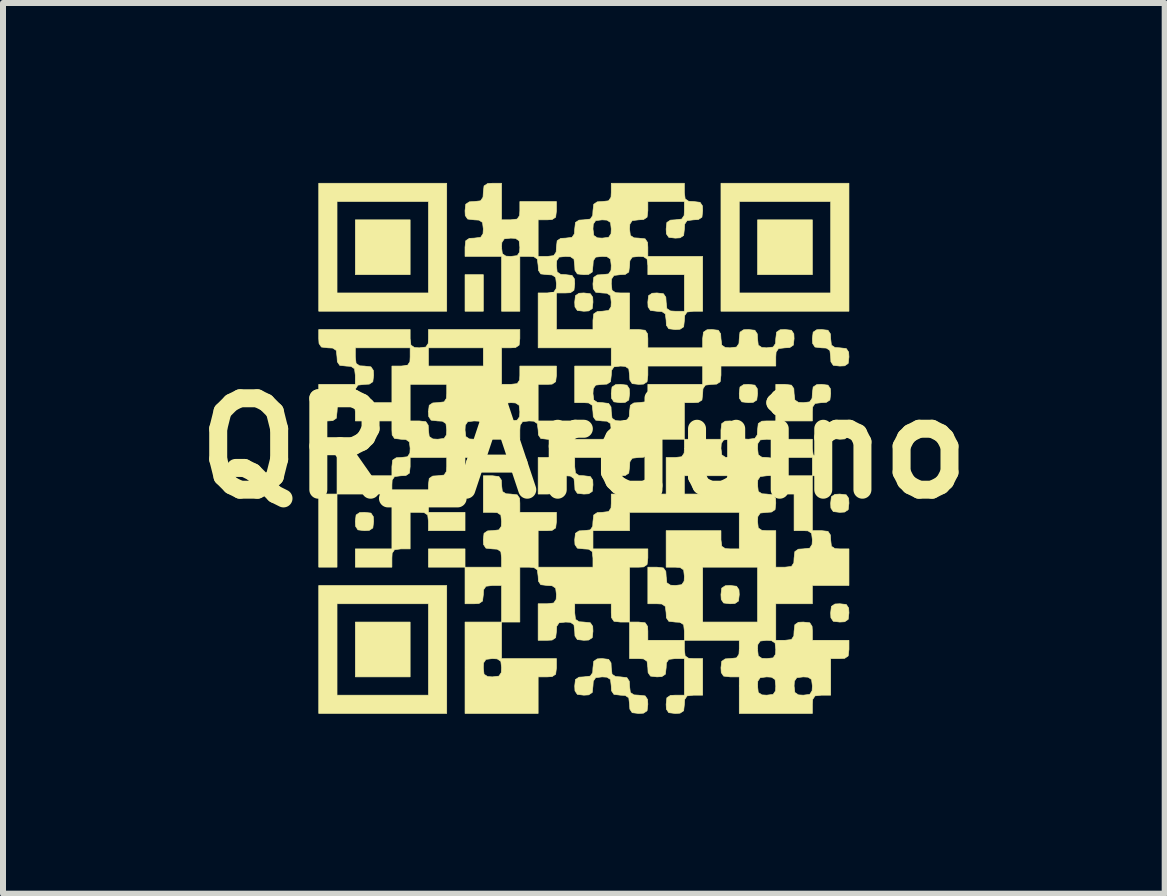
<source format=kicad_pcb>
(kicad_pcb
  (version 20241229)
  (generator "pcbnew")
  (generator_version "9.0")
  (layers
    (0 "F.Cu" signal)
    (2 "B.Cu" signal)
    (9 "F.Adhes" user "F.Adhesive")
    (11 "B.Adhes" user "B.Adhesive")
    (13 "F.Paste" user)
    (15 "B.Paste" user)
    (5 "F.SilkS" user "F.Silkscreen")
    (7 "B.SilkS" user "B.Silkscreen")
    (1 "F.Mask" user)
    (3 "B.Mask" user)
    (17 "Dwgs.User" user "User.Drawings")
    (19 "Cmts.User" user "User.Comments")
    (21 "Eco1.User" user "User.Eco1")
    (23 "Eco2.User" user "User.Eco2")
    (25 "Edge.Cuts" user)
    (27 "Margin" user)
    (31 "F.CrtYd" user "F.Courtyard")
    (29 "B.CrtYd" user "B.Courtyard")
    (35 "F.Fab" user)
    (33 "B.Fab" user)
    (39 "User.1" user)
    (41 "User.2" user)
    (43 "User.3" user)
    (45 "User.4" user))
  (footprint "QR_Arduino"
    (layer "F.Cu")
    (at 6.684 4.425)
    (property "Reference" "QR_Arduino" (at 0 0 0) (layer "F.SilkS") (effects (font (size 1.524 1.524) (thickness 0.3))))
    (attr through_hole)
    (fp_poly (pts (xy -4.115 1.981) (xy -4.42 1.981) (xy -4.42 0.762) (xy -4.115 0.762) (xy -4.115 1.981)) (stroke (width 0.01) (type solid)) (fill yes) (layer "F.SilkS"))
    (fp_poly (pts (xy -2.896 -2.896) (xy -3.81 -2.896) (xy -3.81 -3.81) (xy -2.896 -3.81) (xy -2.896 -2.896)) (stroke (width 0.01) (type solid)) (fill yes) (layer "F.SilkS"))
    (fp_poly (pts (xy -2.896 3.81) (xy -3.81 3.81) (xy -3.81 2.896) (xy -2.896 2.896) (xy -2.896 3.81)) (stroke (width 0.01) (type solid)) (fill yes) (layer "F.SilkS"))
    (fp_poly (pts (xy -2.591 1.981) (xy -2.591 1.676) (xy -1.981 1.676) (xy -1.981 1.981) (xy -2.591 1.981)) (stroke (width 0.01) (type solid)) (fill yes) (layer "F.SilkS"))
    (fp_poly (pts (xy -1.676 -2.286) (xy -1.981 -2.286) (xy -1.981 -2.896) (xy -1.676 -2.896) (xy -1.676 -2.286)) (stroke (width 0.01) (type solid)) (fill yes) (layer "F.SilkS"))
    (fp_poly (pts (xy 3.81 -2.896) (xy 2.896 -2.896) (xy 2.896 -3.81) (xy 3.81 -3.81) (xy 3.81 -2.896)) (stroke (width 0.01) (type solid)) (fill yes) (layer "F.SilkS"))
    (fp_poly (pts (xy -2.286 -2.286) (xy -4.42 -2.286) (xy -4.42 -4.115) (xy -4.115 -4.115) (xy -4.115 -2.591) (xy -2.591 -2.591) (xy -2.591 -4.115) (xy -4.115 -4.115) (xy -4.42 -4.115) (xy -4.42 -4.42) (xy -2.286 -4.42) (xy -2.286 -2.286)) (stroke (width 0.01) (type solid)) (fill yes) (layer "F.SilkS"))
    (fp_poly (pts (xy -2.286 4.42) (xy -4.42 4.42) (xy -4.42 2.591) (xy -4.115 2.591) (xy -4.115 4.115) (xy -2.591 4.115) (xy -2.591 2.591) (xy -4.115 2.591) (xy -4.42 2.591) (xy -4.42 2.286) (xy -2.286 2.286) (xy -2.286 4.42)) (stroke (width 0.01) (type solid)) (fill yes) (layer "F.SilkS"))
    (fp_poly (pts (xy 4.42 -2.286) (xy 2.286 -2.286) (xy 2.286 -4.115) (xy 2.591 -4.115) (xy 2.591 -2.591) (xy 4.115 -2.591) (xy 4.115 -4.115) (xy 2.591 -4.115) (xy 2.286 -4.115) (xy 2.286 -4.42) (xy 4.42 -4.42) (xy 4.42 -2.286)) (stroke (width 0.01) (type solid)) (fill yes) (layer "F.SilkS"))
    (fp_poly (pts (xy -3.55 1.079) (xy -3.51 1.139) (xy -3.505 1.219) (xy -3.518 1.327) (xy -3.577 1.367) (xy -3.658 1.372) (xy -3.766 1.359) (xy -3.805 1.3) (xy -3.81 1.219) (xy -3.797 1.111) (xy -3.738 1.071) (xy -3.658 1.067) (xy -3.55 1.079)) (stroke (width 0.01) (type solid)) (fill yes) (layer "F.SilkS"))
    (fp_poly (pts (xy 0.108 -2.578) (xy 0.148 -2.519) (xy 0.152 -2.438) (xy 0.14 -2.33) (xy 0.08 -2.291) (xy 0 -2.286) (xy -0.108 -2.299) (xy -0.148 -2.358) (xy -0.152 -2.438) (xy -0.14 -2.546) (xy -0.08 -2.586) (xy 0 -2.591) (xy 0.108 -2.578)) (stroke (width 0.01) (type solid)) (fill yes) (layer "F.SilkS"))
    (fp_poly (pts (xy 0.718 -1.054) (xy 0.757 -0.995) (xy 0.762 -0.914) (xy 0.749 -0.806) (xy 0.69 -0.767) (xy 0.61 -0.762) (xy 0.502 -0.775) (xy 0.462 -0.834) (xy 0.457 -0.914) (xy 0.47 -1.022) (xy 0.529 -1.062) (xy 0.61 -1.067) (xy 0.718 -1.054)) (stroke (width 0.01) (type solid)) (fill yes) (layer "F.SilkS"))
    (fp_poly (pts (xy 2.546 2.299) (xy 2.586 2.358) (xy 2.591 2.438) (xy 2.578 2.546) (xy 2.519 2.586) (xy 2.438 2.591) (xy 2.33 2.578) (xy 2.291 2.519) (xy 2.286 2.438) (xy 2.299 2.33) (xy 2.358 2.291) (xy 2.438 2.286) (xy 2.546 2.299)) (stroke (width 0.01) (type solid)) (fill yes) (layer "F.SilkS"))
    (fp_poly (pts (xy 2.851 -1.054) (xy 2.891 -0.995) (xy 2.896 -0.914) (xy 2.883 -0.806) (xy 2.824 -0.767) (xy 2.743 -0.762) (xy 2.635 -0.775) (xy 2.595 -0.834) (xy 2.591 -0.914) (xy 2.603 -1.022) (xy 2.663 -1.062) (xy 2.743 -1.067) (xy 2.851 -1.054)) (stroke (width 0.01) (type solid)) (fill yes) (layer "F.SilkS"))
    (fp_poly (pts (xy 4.375 -0.445) (xy 4.415 -0.385) (xy 4.42 -0.305) (xy 4.407 -0.197) (xy 4.348 -0.157) (xy 4.267 -0.152) (xy 4.159 -0.165) (xy 4.119 -0.224) (xy 4.115 -0.305) (xy 4.127 -0.413) (xy 4.187 -0.453) (xy 4.267 -0.457) (xy 4.375 -0.445)) (stroke (width 0.01) (type solid)) (fill yes) (layer "F.SilkS"))
    (fp_poly (pts (xy 4.375 0.775) (xy 4.415 0.834) (xy 4.42 0.914) (xy 4.407 1.022) (xy 4.348 1.062) (xy 4.267 1.067) (xy 4.159 1.054) (xy 4.119 0.995) (xy 4.115 0.914) (xy 4.127 0.806) (xy 4.187 0.767) (xy 4.267 0.762) (xy 4.375 0.775)) (stroke (width 0.01) (type solid)) (fill yes) (layer "F.SilkS"))
    (fp_poly (pts (xy 4.375 2.603) (xy 4.415 2.663) (xy 4.42 2.743) (xy 4.407 2.851) (xy 4.348 2.891) (xy 4.267 2.896) (xy 4.159 2.883) (xy 4.119 2.824) (xy 4.115 2.743) (xy 4.127 2.635) (xy 4.187 2.595) (xy 4.267 2.591) (xy 4.375 2.603)) (stroke (width 0.01) (type solid)) (fill yes) (layer "F.SilkS"))
    (fp_poly (pts (xy 4.07 -1.969) (xy 4.11 -1.909) (xy 4.115 -1.829) (xy 4.127 -1.721) (xy 4.187 -1.681) (xy 4.267 -1.676) (xy 4.375 -1.664) (xy 4.415 -1.604) (xy 4.42 -1.524) (xy 4.407 -1.416) (xy 4.348 -1.376) (xy 4.267 -1.372) (xy 4.159 -1.384) (xy 4.119 -1.444) (xy 4.115 -1.524) (xy 4.102 -1.632) (xy 4.043 -1.672) (xy 3.962 -1.676) (xy 3.854 -1.689) (xy 3.815 -1.748) (xy 3.81 -1.829) (xy 3.823 -1.937) (xy 3.882 -1.977) (xy 3.962 -1.981) (xy 4.07 -1.969)) (stroke (width 0.01) (type solid)) (fill yes) (layer "F.SilkS"))
    (fp_poly (pts (xy 3.2 -1.067) (xy 3.353 -1.067) (xy 3.461 -1.054) (xy 3.501 -0.995) (xy 3.505 -0.914) (xy 3.518 -0.806) (xy 3.577 -0.767) (xy 3.658 -0.762) (xy 3.766 -0.775) (xy 3.805 -0.834) (xy 3.81 -0.914) (xy 3.823 -1.022) (xy 3.882 -1.062) (xy 3.962 -1.067) (xy 4.07 -1.054) (xy 4.11 -0.995) (xy 4.115 -0.914) (xy 4.102 -0.806) (xy 4.043 -0.767) (xy 3.962 -0.762) (xy 3.854 -0.749) (xy 3.815 -0.69) (xy 3.81 -0.61) (xy 3.81 -0.457) (xy 3.2 -0.457) (xy 3.2 -1.067)) (stroke (width 0.01) (type solid)) (fill yes) (layer "F.SilkS"))
    (fp_poly (pts (xy -1.372 3.505) (xy -0.457 3.505) (xy -0.457 3.658) (xy -0.47 3.766) (xy -0.529 3.805) (xy -0.61 3.81) (xy -0.762 3.81) (xy -0.762 4.42) (xy -1.981 4.42) (xy -1.981 3.658) (xy -1.676 3.658) (xy -1.664 3.766) (xy -1.604 3.805) (xy -1.524 3.81) (xy -1.416 3.797) (xy -1.376 3.738) (xy -1.372 3.658) (xy -1.384 3.55) (xy -1.444 3.51) (xy -1.524 3.505) (xy -1.632 3.518) (xy -1.672 3.577) (xy -1.676 3.658) (xy -1.981 3.658) (xy -1.981 2.896) (xy -1.372 2.896) (xy -1.372 3.505)) (stroke (width 0.01) (type solid)) (fill yes) (layer "F.SilkS"))
    (fp_poly (pts (xy 0.413 3.518) (xy 0.453 3.577) (xy 0.457 3.658) (xy 0.47 3.766) (xy 0.529 3.805) (xy 0.61 3.81) (xy 0.718 3.823) (xy 0.757 3.882) (xy 0.762 3.962) (xy 0.775 4.07) (xy 0.834 4.11) (xy 0.914 4.115) (xy 1.022 4.127) (xy 1.062 4.187) (xy 1.067 4.267) (xy 1.054 4.375) (xy 0.995 4.415) (xy 0.914 4.42) (xy 0.806 4.407) (xy 0.767 4.348) (xy 0.762 4.267) (xy 0.749 4.159) (xy 0.69 4.119) (xy 0.61 4.115) (xy 0.502 4.102) (xy 0.462 4.043) (xy 0.457 3.962) (xy 0.445 3.854) (xy 0.385 3.815) (xy 0.305 3.81) (xy 0.197 3.823) (xy 0.157 3.882) (xy 0.152 3.962) (xy 0.14 4.07) (xy 0.08 4.11) (xy 0 4.115) (xy -0.108 4.102) (xy -0.148 4.043) (xy -0.152 3.962) (xy -0.14 3.854) (xy -0.08 3.815) (xy 0 3.81) (xy 0.108 3.797) (xy 0.148 3.738) (xy 0.152 3.658) (xy 0.165 3.55) (xy 0.224 3.51) (xy 0.305 3.505) (xy 0.413 3.518)) (stroke (width 0.01) (type solid)) (fill yes) (layer "F.SilkS"))
    (fp_poly (pts (xy 3.2 -0.152) (xy 3.81 -0.152) (xy 3.81 0) (xy 3.823 0.108) (xy 3.882 0.148) (xy 3.962 0.152) (xy 4.07 0.165) (xy 4.11 0.224) (xy 4.115 0.305) (xy 4.102 0.413) (xy 4.043 0.453) (xy 3.962 0.457) (xy 3.81 0.457) (xy 3.81 1.372) (xy 3.962 1.372) (xy 4.07 1.384) (xy 4.11 1.444) (xy 4.115 1.524) (xy 4.127 1.632) (xy 4.187 1.672) (xy 4.267 1.676) (xy 4.42 1.676) (xy 4.42 2.286) (xy 3.81 2.286) (xy 3.81 2.591) (xy 3.2 2.591) (xy 3.2 3.2) (xy 3.353 3.2) (xy 3.461 3.188) (xy 3.501 3.128) (xy 3.505 3.048) (xy 3.518 2.94) (xy 3.577 2.9) (xy 3.658 2.896) (xy 3.766 2.908) (xy 3.805 2.968) (xy 3.81 3.048) (xy 3.81 3.2) (xy 4.42 3.2) (xy 4.42 3.353) (xy 4.407 3.461) (xy 4.348 3.501) (xy 4.267 3.505) (xy 4.115 3.505) (xy 4.115 4.115) (xy 3.962 4.115) (xy 3.854 4.127) (xy 3.815 4.187) (xy 3.81 4.267) (xy 3.81 4.42) (xy 2.591 4.42) (xy 2.591 3.962) (xy 2.896 3.962) (xy 2.908 4.07) (xy 2.968 4.11) (xy 3.048 4.115) (xy 3.156 4.102) (xy 3.196 4.043) (xy 3.2 3.962) (xy 3.505 3.962) (xy 3.518 4.07) (xy 3.577 4.11) (xy 3.658 4.115) (xy 3.766 4.102) (xy 3.805 4.043) (xy 3.81 3.962) (xy 3.797 3.854) (xy 3.738 3.815) (xy 3.658 3.81) (xy 3.55 3.823) (xy 3.51 3.882) (xy 3.505 3.962) (xy 3.2 3.962) (xy 3.188 3.854) (xy 3.128 3.815) (xy 3.048 3.81) (xy 2.94 3.823) (xy 2.9 3.882) (xy 2.896 3.962) (xy 2.591 3.962) (xy 2.591 3.81) (xy 2.438 3.81) (xy 2.33 3.797) (xy 2.291 3.738) (xy 2.286 3.658) (xy 2.299 3.55) (xy 2.358 3.51) (xy 2.438 3.505) (xy 2.546 3.493) (xy 2.586 3.433) (xy 2.591 3.353) (xy 2.896 3.353) (xy 2.908 3.461) (xy 2.968 3.501) (xy 3.048 3.505) (xy 3.156 3.493) (xy 3.196 3.433) (xy 3.2 3.353) (xy 3.188 3.245) (xy 3.128 3.205) (xy 3.048 3.2) (xy 2.94 3.213) (xy 2.9 3.272) (xy 2.896 3.353) (xy 2.591 3.353) (xy 2.591 3.2) (xy 1.676 3.2) (xy 1.676 3.353) (xy 1.689 3.461) (xy 1.748 3.501) (xy 1.829 3.505) (xy 1.981 3.505) (xy 1.981 4.115) (xy 1.829 4.115) (xy 1.721 4.127) (xy 1.681 4.187) (xy 1.676 4.267) (xy 1.664 4.375) (xy 1.604 4.415) (xy 1.524 4.42) (xy 1.416 4.407) (xy 1.376 4.348) (xy 1.372 4.267) (xy 1.384 4.159) (xy 1.444 4.119) (xy 1.524 4.115) (xy 1.676 4.115) (xy 1.676 3.505) (xy 1.524 3.505) (xy 1.416 3.518) (xy 1.376 3.577) (xy 1.372 3.658) (xy 1.359 3.766) (xy 1.3 3.805) (xy 1.219 3.81) (xy 1.111 3.797) (xy 1.071 3.738) (xy 1.067 3.658) (xy 1.054 3.55) (xy 0.995 3.51) (xy 0.914 3.505) (xy 0.762 3.505) (xy 0.762 2.896) (xy 0.61 2.896) (xy 0.502 2.883) (xy 0.462 2.824) (xy 0.457 2.743) (xy 0.457 2.591) (xy -0.152 2.591) (xy -0.152 2.743) (xy -0.14 2.851) (xy -0.08 2.891) (xy 0 2.896) (xy 0.108 2.908) (xy 0.148 2.968) (xy 0.152 3.048) (xy 0.14 3.156) (xy 0.08 3.196) (xy 0 3.2) (xy -0.108 3.188) (xy -0.148 3.128) (xy -0.152 3.048) (xy -0.165 2.94) (xy -0.224 2.9) (xy -0.305 2.896) (xy -0.413 2.908) (xy -0.453 2.968) (xy -0.457 3.048) (xy -0.47 3.156) (xy -0.529 3.196) (xy -0.61 3.2) (xy -0.762 3.2) (xy -0.762 2.591) (xy -0.61 2.591) (xy -0.502 2.578) (xy -0.462 2.519) (xy -0.457 2.438) (xy -0.47 2.33) (xy -0.529 2.291) (xy -0.61 2.286) (xy -0.718 2.273) (xy -0.757 2.214) (xy -0.762 2.134) (xy -0.775 2.026) (xy -0.834 1.986) (xy -0.914 1.981) (xy -1.067 1.981) (xy -1.067 2.896) (xy -1.372 2.896) (xy -1.372 2.286) (xy -1.524 2.286) (xy -1.632 2.299) (xy -1.672 2.358) (xy -1.676 2.438) (xy -1.689 2.546) (xy -1.748 2.586) (xy -1.829 2.591) (xy -1.981 2.591) (xy -1.981 1.981) (xy -1.372 1.981) (xy -1.372 1.829) (xy -1.384 1.721) (xy -1.444 1.681) (xy -1.524 1.676) (xy -1.632 1.664) (xy -1.672 1.604) (xy -1.676 1.524) (xy -1.664 1.416) (xy -1.604 1.376) (xy -1.524 1.372) (xy -1.416 1.359) (xy -1.376 1.3) (xy -1.372 1.219) (xy -1.384 1.111) (xy -1.444 1.071) (xy -1.524 1.067) (xy -1.676 1.067) (xy -1.676 0.457) (xy -1.524 0.457) (xy -1.416 0.47) (xy -1.376 0.529) (xy -1.372 0.61) (xy -1.359 0.718) (xy -1.3 0.757) (xy -1.219 0.762) (xy -1.111 0.775) (xy -1.071 0.834) (xy -1.067 0.914) (xy -1.067 1.067) (xy -0.457 1.067) (xy -0.457 1.219) (xy -0.47 1.327) (xy -0.529 1.367) (xy -0.61 1.372) (xy -0.762 1.372) (xy -0.762 1.981) (xy 0.152 1.981) (xy 0.152 1.829) (xy 0.14 1.721) (xy 0.08 1.681) (xy 0 1.676) (xy -0.108 1.664) (xy -0.148 1.604) (xy -0.152 1.524) (xy -0.14 1.416) (xy -0.08 1.376) (xy 0 1.372) (xy 0.152 1.372) (xy 0.152 1.676) (xy 1.067 1.676) (xy 1.067 1.829) (xy 1.054 1.937) (xy 0.995 1.977) (xy 0.914 1.981) (xy 0.762 1.981) (xy 0.762 2.896) (xy 0.914 2.896) (xy 1.022 2.908) (xy 1.062 2.968) (xy 1.067 3.048) (xy 1.067 3.2) (xy 1.676 3.2) (xy 1.676 3.048) (xy 1.664 2.94) (xy 1.604 2.9) (xy 1.524 2.896) (xy 1.416 2.883) (xy 1.376 2.824) (xy 1.372 2.743) (xy 1.359 2.635) (xy 1.3 2.595) (xy 1.219 2.591) (xy 1.067 2.591) (xy 1.067 1.981) (xy 1.219 1.981) (xy 1.327 1.994) (xy 1.367 2.053) (xy 1.372 2.134) (xy 1.384 2.242) (xy 1.444 2.281) (xy 1.524 2.286) (xy 1.632 2.273) (xy 1.672 2.214) (xy 1.676 2.134) (xy 1.664 2.026) (xy 1.604 1.986) (xy 1.524 1.981) (xy 1.981 1.981) (xy 1.981 2.896) (xy 2.896 2.896) (xy 2.896 1.981) (xy 1.981 1.981) (xy 1.524 1.981) (xy 1.372 1.981) (xy 1.372 1.372) (xy 2.286 1.372) (xy 2.286 1.524) (xy 2.299 1.632) (xy 2.358 1.672) (xy 2.438 1.676) (xy 2.591 1.676) (xy 2.591 1.067) (xy 0.762 1.067) (xy 0.762 1.372) (xy 0.152 1.372) (xy 0 1.372) (xy 0.108 1.359) (xy 0.148 1.3) (xy 0.152 1.219) (xy 0.165 1.111) (xy 0.224 1.071) (xy 0.305 1.067) (xy 0.413 1.054) (xy 0.453 0.995) (xy 0.457 0.914) (xy 0.457 0.762) (xy 1.372 0.762) (xy 1.372 0.457) (xy 1.676 0.457) (xy 1.676 0.762) (xy 2.591 0.762) (xy 2.591 0.457) (xy 1.676 0.457) (xy 1.372 0.457) (xy 1.372 0.152) (xy 1.524 0.152) (xy 1.632 0.14) (xy 1.672 0.08) (xy 1.676 0) (xy 2.286 0) (xy 2.299 0.108) (xy 2.358 0.148) (xy 2.438 0.152) (xy 2.546 0.14) (xy 2.586 0.08) (xy 2.591 0) (xy 2.896 0) (xy 2.908 0.108) (xy 2.968 0.148) (xy 3.048 0.152) (xy 3.156 0.165) (xy 3.196 0.224) (xy 3.2 0.305) (xy 3.188 0.413) (xy 3.128 0.453) (xy 3.048 0.457) (xy 2.94 0.47) (xy 2.9 0.529) (xy 2.896 0.61) (xy 2.908 0.718) (xy 2.968 0.757) (xy 3.048 0.762) (xy 3.156 0.775) (xy 3.196 0.834) (xy 3.2 0.914) (xy 3.188 1.022) (xy 3.128 1.062) (xy 3.048 1.067) (xy 2.94 1.079) (xy 2.9 1.139) (xy 2.896 1.219) (xy 2.908 1.327) (xy 2.968 1.367) (xy 3.048 1.372) (xy 3.2 1.372) (xy 3.2 1.981) (xy 3.353 1.981) (xy 3.461 1.969) (xy 3.501 1.909) (xy 3.505 1.829) (xy 3.518 1.721) (xy 3.577 1.681) (xy 3.658 1.676) (xy 3.766 1.664) (xy 3.805 1.604) (xy 3.81 1.524) (xy 3.797 1.416) (xy 3.738 1.376) (xy 3.658 1.372) (xy 3.505 1.372) (xy 3.505 0.762) (xy 3.353 0.762) (xy 3.245 0.749) (xy 3.205 0.69) (xy 3.2 0.61) (xy 3.2 0.457) (xy 3.81 0.457) (xy 3.81 0.152) (xy 3.2 0.152) (xy 3.2 0) (xy 3.188 -0.108) (xy 3.128 -0.148) (xy 3.048 -0.152) (xy 2.94 -0.14) (xy 2.9 -0.08) (xy 2.896 0) (xy 2.591 0) (xy 2.578 -0.108) (xy 2.519 -0.148) (xy 2.438 -0.152) (xy 2.33 -0.14) (xy 2.291 -0.08) (xy 2.286 0) (xy 1.676 0) (xy 1.676 -0.152) (xy 2.286 -0.152) (xy 2.286 -0.305) (xy 2.299 -0.413) (xy 2.358 -0.453) (xy 2.438 -0.457) (xy 2.546 -0.445) (xy 2.586 -0.385) (xy 2.591 -0.305) (xy 2.603 -0.197) (xy 2.663 -0.157) (xy 2.743 -0.152) (xy 2.851 -0.165) (xy 2.891 -0.224) (xy 2.896 -0.305) (xy 2.908 -0.413) (xy 2.968 -0.453) (xy 3.048 -0.457) (xy 3.2 -0.457) (xy 3.2 -0.152)) (stroke (width 0.01) (type solid)) (fill yes) (layer "F.SilkS"))
    (fp_poly (pts (xy 1.067 -0.152) (xy 1.067 0) (xy 1.054 0.108) (xy 0.995 0.148) (xy 0.914 0.152) (xy 0.806 0.165) (xy 0.767 0.224) (xy 0.762 0.305) (xy 0.749 0.413) (xy 0.69 0.453) (xy 0.61 0.457) (xy 0.502 0.445) (xy 0.462 0.385) (xy 0.457 0.305) (xy 0.457 0.152) (xy -0.152 0.152) (xy -0.152 0.305) (xy -0.14 0.413) (xy -0.08 0.453) (xy 0 0.457) (xy 0.108 0.47) (xy 0.148 0.529) (xy 0.152 0.61) (xy 0.14 0.718) (xy 0.08 0.757) (xy 0 0.762) (xy -0.108 0.749) (xy -0.148 0.69) (xy -0.152 0.61) (xy -0.165 0.502) (xy -0.224 0.462) (xy -0.305 0.457) (xy -0.413 0.47) (xy -0.453 0.529) (xy -0.457 0.61) (xy -0.47 0.718) (xy -0.529 0.757) (xy -0.61 0.762) (xy -0.762 0.762) (xy -0.762 0.152) (xy -0.61 0.152) (xy -0.502 0.14) (xy -0.462 0.08) (xy -0.457 0) (xy -0.47 -0.108) (xy -0.529 -0.148) (xy -0.61 -0.152) (xy -0.718 -0.165) (xy -0.757 -0.224) (xy -0.762 -0.305) (xy -0.775 -0.413) (xy -0.834 -0.453) (xy -0.914 -0.457) (xy -1.022 -0.445) (xy -1.062 -0.385) (xy -1.067 -0.305) (xy -1.067 -0.152) (xy -1.676 -0.152) (xy -1.676 0) (xy -1.689 0.108) (xy -1.748 0.148) (xy -1.829 0.152) (xy -1.981 0.152) (xy -1.981 0.762) (xy -2.591 0.762) (xy -2.591 1.067) (xy -1.981 1.067) (xy -1.981 1.372) (xy -2.591 1.372) (xy -2.591 1.219) (xy -2.603 1.111) (xy -2.663 1.071) (xy -2.743 1.067) (xy -2.896 1.067) (xy -2.896 1.676) (xy -3.048 1.676) (xy -3.156 1.689) (xy -3.196 1.748) (xy -3.2 1.829) (xy -3.2 1.981) (xy -3.81 1.981) (xy -3.81 1.676) (xy -3.2 1.676) (xy -3.2 0.762) (xy -4.115 0.762) (xy -4.115 0.61) (xy -3.2 0.61) (xy -3.2 0.762) (xy -2.591 0.762) (xy -2.591 0.61) (xy -2.578 0.502) (xy -2.519 0.462) (xy -2.438 0.457) (xy -2.33 0.445) (xy -2.291 0.385) (xy -2.286 0.305) (xy -2.286 0.152) (xy -2.896 0.152) (xy -2.896 0.305) (xy -2.908 0.413) (xy -2.968 0.453) (xy -3.048 0.457) (xy -3.156 0.47) (xy -3.196 0.529) (xy -3.2 0.61) (xy -4.115 0.61) (xy -4.115 -0.152) (xy -3.81 -0.152) (xy -3.81 0.457) (xy -3.2 0.457) (xy -3.2 0.305) (xy -3.188 0.197) (xy -3.128 0.157) (xy -3.048 0.152) (xy -2.94 0.14) (xy -2.9 0.08) (xy -2.896 0) (xy -2.908 -0.108) (xy -2.968 -0.148) (xy -3.048 -0.152) (xy -3.156 -0.165) (xy -3.196 -0.224) (xy -3.2 -0.305) (xy -3.2 -0.457) (xy -3.81 -0.457) (xy -3.81 -0.61) (xy -3.823 -0.718) (xy -3.882 -0.757) (xy -3.962 -0.762) (xy -4.07 -0.749) (xy -4.11 -0.69) (xy -4.115 -0.61) (xy -4.127 -0.502) (xy -4.187 -0.462) (xy -4.267 -0.457) (xy -4.42 -0.457) (xy -4.42 -1.067) (xy -3.81 -1.067) (xy -3.81 -1.219) (xy -3.823 -1.327) (xy -3.882 -1.367) (xy -3.962 -1.372) (xy -4.07 -1.384) (xy -4.11 -1.444) (xy -4.115 -1.524) (xy -4.127 -1.632) (xy -4.187 -1.672) (xy -4.267 -1.676) (xy -3.81 -1.676) (xy -3.81 -1.524) (xy -3.797 -1.416) (xy -3.738 -1.376) (xy -3.658 -1.372) (xy -3.55 -1.359) (xy -3.51 -1.3) (xy -3.505 -1.219) (xy -3.518 -1.111) (xy -3.577 -1.071) (xy -3.658 -1.067) (xy -3.766 -1.054) (xy -3.805 -0.995) (xy -3.81 -0.914) (xy -3.81 -0.762) (xy -3.2 -0.762) (xy -3.2 -1.067) (xy -2.896 -1.067) (xy -2.896 -0.457) (xy -2.743 -0.457) (xy -2.635 -0.445) (xy -2.595 -0.385) (xy -2.591 -0.305) (xy -2.578 -0.197) (xy -2.519 -0.157) (xy -2.438 -0.152) (xy -2.33 -0.165) (xy -2.291 -0.224) (xy -2.286 -0.305) (xy -1.981 -0.305) (xy -1.969 -0.197) (xy -1.909 -0.157) (xy -1.829 -0.152) (xy -1.721 -0.165) (xy -1.681 -0.224) (xy -1.676 -0.305) (xy -1.689 -0.413) (xy -1.748 -0.453) (xy -1.829 -0.457) (xy -1.937 -0.445) (xy -1.977 -0.385) (xy -1.981 -0.305) (xy -2.286 -0.305) (xy -2.299 -0.413) (xy -2.358 -0.453) (xy -2.438 -0.457) (xy -2.546 -0.47) (xy -2.586 -0.529) (xy -2.591 -0.61) (xy -1.372 -0.61) (xy -1.359 -0.502) (xy -1.3 -0.462) (xy -1.219 -0.457) (xy -1.111 -0.47) (xy -1.071 -0.529) (xy -1.067 -0.61) (xy -1.079 -0.718) (xy -1.139 -0.757) (xy -1.219 -0.762) (xy -1.327 -0.749) (xy -1.367 -0.69) (xy -1.372 -0.61) (xy -2.591 -0.61) (xy -2.578 -0.718) (xy -2.519 -0.757) (xy -2.438 -0.762) (xy -2.33 -0.775) (xy -2.291 -0.834) (xy -2.286 -0.914) (xy -2.286 -1.067) (xy -2.896 -1.067) (xy -3.2 -1.067) (xy -3.2 -1.372) (xy -3.048 -1.372) (xy -2.94 -1.384) (xy -2.9 -1.444) (xy -2.896 -1.524) (xy -2.896 -1.676) (xy -3.81 -1.676) (xy -4.267 -1.676) (xy -4.375 -1.689) (xy -4.415 -1.748) (xy -4.42 -1.829) (xy -4.42 -1.981) (xy -2.896 -1.981) (xy -2.896 -1.829) (xy -2.883 -1.721) (xy -2.824 -1.681) (xy -2.743 -1.676) (xy -2.591 -1.676) (xy -2.591 -1.372) (xy -1.676 -1.372) (xy -1.676 -1.676) (xy -2.591 -1.676) (xy -2.743 -1.676) (xy -2.635 -1.689) (xy -2.595 -1.748) (xy -2.591 -1.829) (xy -2.591 -1.981) (xy -1.067 -1.981) (xy -1.067 -1.829) (xy -1.079 -1.721) (xy -1.139 -1.681) (xy -1.219 -1.676) (xy -1.372 -1.676) (xy -1.372 -1.067) (xy -1.219 -1.067) (xy -1.111 -1.079) (xy -1.071 -1.139) (xy -1.067 -1.219) (xy -1.067 -1.372) (xy -0.457 -1.372) (xy -0.457 -1.219) (xy -0.47 -1.111) (xy -0.529 -1.071) (xy -0.61 -1.067) (xy -0.762 -1.067) (xy -0.762 -0.457) (xy -0.152 -0.457) (xy -0.152 -0.152) (xy 0.457 -0.152) (xy 0.457 -0.305) (xy 0.445 -0.413) (xy 0.385 -0.453) (xy 0.305 -0.457) (xy 0.197 -0.47) (xy 0.157 -0.529) (xy 0.152 -0.61) (xy 0.14 -0.718) (xy 0.08 -0.757) (xy 0 -0.762) (xy -0.152 -0.762) (xy -0.152 -0.914) (xy 0.152 -0.914) (xy 0.165 -0.806) (xy 0.224 -0.767) (xy 0.305 -0.762) (xy 0.413 -0.749) (xy 0.453 -0.69) (xy 0.457 -0.61) (xy 0.47 -0.502) (xy 0.529 -0.462) (xy 0.61 -0.457) (xy 0.718 -0.47) (xy 0.757 -0.529) (xy 0.762 -0.61) (xy 0.775 -0.718) (xy 0.834 -0.757) (xy 0.914 -0.762) (xy 1.022 -0.775) (xy 1.062 -0.834) (xy 1.067 -0.914) (xy 1.067 -1.067) (xy 1.981 -1.067) (xy 1.981 -1.372) (xy 1.067 -1.372) (xy 1.067 -1.219) (xy 1.054 -1.111) (xy 0.995 -1.071) (xy 0.914 -1.067) (xy 0.806 -1.079) (xy 0.767 -1.139) (xy 0.762 -1.219) (xy 0.749 -1.327) (xy 0.69 -1.367) (xy 0.61 -1.372) (xy 0.502 -1.359) (xy 0.462 -1.3) (xy 0.457 -1.219) (xy 0.445 -1.111) (xy 0.385 -1.071) (xy 0.305 -1.067) (xy 0.197 -1.054) (xy 0.157 -0.995) (xy 0.152 -0.914) (xy -0.152 -0.914) (xy -0.152 -1.372) (xy 0.457 -1.372) (xy 0.457 -1.676) (xy -0.762 -1.676) (xy -0.762 -2.591) (xy -0.61 -2.591) (xy -0.502 -2.603) (xy -0.462 -2.663) (xy -0.457 -2.743) (xy -0.47 -2.851) (xy -0.529 -2.891) (xy -0.61 -2.896) (xy -0.718 -2.908) (xy -0.757 -2.968) (xy -0.762 -3.048) (xy -0.457 -3.048) (xy -0.445 -2.94) (xy -0.385 -2.9) (xy -0.305 -2.896) (xy -0.197 -2.883) (xy -0.157 -2.824) (xy -0.152 -2.743) (xy -0.165 -2.635) (xy -0.224 -2.595) (xy -0.305 -2.591) (xy -0.457 -2.591) (xy -0.457 -1.981) (xy 0.152 -1.981) (xy 0.152 -2.134) (xy 0.165 -2.242) (xy 0.224 -2.281) (xy 0.305 -2.286) (xy 0.413 -2.299) (xy 0.453 -2.358) (xy 0.457 -2.438) (xy 0.445 -2.546) (xy 0.385 -2.586) (xy 0.305 -2.591) (xy 0.197 -2.603) (xy 0.157 -2.663) (xy 0.152 -2.743) (xy 0.165 -2.851) (xy 0.224 -2.891) (xy 0.305 -2.896) (xy 0.413 -2.908) (xy 0.453 -2.968) (xy 0.457 -3.048) (xy 0.445 -3.156) (xy 0.385 -3.196) (xy 0.305 -3.2) (xy 0.197 -3.188) (xy 0.157 -3.128) (xy 0.152 -3.048) (xy 0.14 -2.94) (xy 0.08 -2.9) (xy 0 -2.896) (xy -0.108 -2.908) (xy -0.148 -2.968) (xy -0.152 -3.048) (xy -0.165 -3.156) (xy -0.224 -3.196) (xy -0.305 -3.2) (xy -0.413 -3.188) (xy -0.453 -3.128) (xy -0.457 -3.048) (xy -0.762 -3.048) (xy -0.775 -3.156) (xy -0.834 -3.196) (xy -0.914 -3.2) (xy -1.067 -3.2) (xy -1.067 -2.286) (xy -1.372 -2.286) (xy -1.372 -3.2) (xy -1.981 -3.2) (xy -1.981 -3.353) (xy -1.372 -3.353) (xy -1.359 -3.245) (xy -1.3 -3.205) (xy -1.219 -3.2) (xy -1.111 -3.213) (xy -1.071 -3.272) (xy -1.067 -3.353) (xy -1.079 -3.461) (xy -1.139 -3.501) (xy -1.219 -3.505) (xy -1.327 -3.493) (xy -1.367 -3.433) (xy -1.372 -3.353) (xy -1.981 -3.353) (xy -1.969 -3.461) (xy -1.909 -3.501) (xy -1.829 -3.505) (xy -1.721 -3.518) (xy -1.681 -3.577) (xy -1.676 -3.658) (xy -1.689 -3.766) (xy -1.748 -3.805) (xy -1.829 -3.81) (xy -1.937 -3.823) (xy -1.977 -3.882) (xy -1.981 -3.962) (xy -1.969 -4.07) (xy -1.909 -4.11) (xy -1.829 -4.115) (xy -1.721 -4.127) (xy -1.681 -4.187) (xy -1.676 -4.267) (xy -1.664 -4.375) (xy -1.604 -4.415) (xy -1.524 -4.42) (xy -1.372 -4.42) (xy -1.372 -3.81) (xy -1.219 -3.81) (xy -1.111 -3.823) (xy -1.071 -3.882) (xy -1.067 -3.962) (xy -1.067 -4.115) (xy -0.457 -4.115) (xy -0.457 -3.962) (xy -0.47 -3.854) (xy -0.529 -3.815) (xy -0.61 -3.81) (xy -0.762 -3.81) (xy -0.762 -3.2) (xy -0.61 -3.2) (xy -0.502 -3.213) (xy -0.462 -3.272) (xy -0.457 -3.353) (xy -0.445 -3.461) (xy -0.385 -3.501) (xy -0.305 -3.505) (xy -0.197 -3.518) (xy -0.157 -3.577) (xy -0.152 -3.658) (xy 0.152 -3.658) (xy 0.165 -3.55) (xy 0.224 -3.51) (xy 0.305 -3.505) (xy 0.413 -3.518) (xy 0.453 -3.577) (xy 0.457 -3.658) (xy 0.445 -3.766) (xy 0.385 -3.805) (xy 0.305 -3.81) (xy 0.197 -3.797) (xy 0.157 -3.738) (xy 0.152 -3.658) (xy -0.152 -3.658) (xy -0.14 -3.766) (xy -0.08 -3.805) (xy 0 -3.81) (xy 0.108 -3.823) (xy 0.148 -3.882) (xy 0.152 -3.962) (xy 0.165 -4.07) (xy 0.224 -4.11) (xy 0.305 -4.115) (xy 0.413 -4.127) (xy 0.453 -4.187) (xy 0.457 -4.267) (xy 0.457 -4.42) (xy 1.676 -4.42) (xy 1.676 -4.267) (xy 1.689 -4.159) (xy 1.748 -4.119) (xy 1.829 -4.115) (xy 1.937 -4.102) (xy 1.977 -4.043) (xy 1.981 -3.962) (xy 1.969 -3.854) (xy 1.909 -3.815) (xy 1.829 -3.81) (xy 1.721 -3.797) (xy 1.681 -3.738) (xy 1.676 -3.658) (xy 1.664 -3.55) (xy 1.604 -3.51) (xy 1.524 -3.505) (xy 1.416 -3.518) (xy 1.376 -3.577) (xy 1.372 -3.658) (xy 1.384 -3.766) (xy 1.444 -3.805) (xy 1.524 -3.81) (xy 1.632 -3.823) (xy 1.672 -3.882) (xy 1.676 -3.962) (xy 1.676 -4.115) (xy 1.067 -4.115) (xy 1.067 -3.962) (xy 1.054 -3.854) (xy 0.995 -3.815) (xy 0.914 -3.81) (xy 0.806 -3.797) (xy 0.767 -3.738) (xy 0.762 -3.658) (xy 0.775 -3.55) (xy 0.834 -3.51) (xy 0.914 -3.505) (xy 1.022 -3.493) (xy 1.062 -3.433) (xy 1.067 -3.353) (xy 1.067 -3.2) (xy 1.981 -3.2) (xy 1.981 -2.286) (xy 1.829 -2.286) (xy 1.721 -2.273) (xy 1.681 -2.214) (xy 1.676 -2.134) (xy 1.664 -2.026) (xy 1.604 -1.986) (xy 1.524 -1.981) (xy 1.416 -1.994) (xy 1.376 -2.053) (xy 1.372 -2.134) (xy 1.359 -2.242) (xy 1.3 -2.281) (xy 1.219 -2.286) (xy 1.111 -2.299) (xy 1.071 -2.358) (xy 1.067 -2.438) (xy 1.079 -2.546) (xy 1.139 -2.586) (xy 1.219 -2.591) (xy 1.327 -2.578) (xy 1.367 -2.519) (xy 1.372 -2.438) (xy 1.384 -2.33) (xy 1.444 -2.291) (xy 1.524 -2.286) (xy 1.676 -2.286) (xy 1.676 -2.896) (xy 1.067 -2.896) (xy 1.067 -3.048) (xy 1.054 -3.156) (xy 0.995 -3.196) (xy 0.914 -3.2) (xy 0.806 -3.188) (xy 0.767 -3.128) (xy 0.762 -3.048) (xy 0.749 -2.94) (xy 0.69 -2.9) (xy 0.61 -2.896) (xy 0.502 -2.883) (xy 0.462 -2.824) (xy 0.457 -2.743) (xy 0.47 -2.635) (xy 0.529 -2.595) (xy 0.61 -2.591) (xy 0.762 -2.591) (xy 0.762 -1.981) (xy 0.914 -1.981) (xy 1.022 -1.969) (xy 1.062 -1.909) (xy 1.067 -1.829) (xy 1.067 -1.676) (xy 1.981 -1.676) (xy 1.981 -1.829) (xy 1.994 -1.937) (xy 2.053 -1.977) (xy 2.134 -1.981) (xy 2.242 -1.969) (xy 2.281 -1.909) (xy 2.286 -1.829) (xy 2.299 -1.721) (xy 2.358 -1.681) (xy 2.438 -1.676) (xy 2.546 -1.689) (xy 2.586 -1.748) (xy 2.591 -1.829) (xy 2.603 -1.937) (xy 2.663 -1.977) (xy 2.743 -1.981) (xy 2.851 -1.969) (xy 2.891 -1.909) (xy 2.896 -1.829) (xy 2.908 -1.721) (xy 2.968 -1.681) (xy 3.048 -1.676) (xy 3.156 -1.689) (xy 3.196 -1.748) (xy 3.2 -1.829) (xy 3.213 -1.937) (xy 3.272 -1.977) (xy 3.353 -1.981) (xy 3.461 -1.969) (xy 3.501 -1.909) (xy 3.505 -1.829) (xy 3.493 -1.721) (xy 3.433 -1.681) (xy 3.353 -1.676) (xy 3.245 -1.664) (xy 3.205 -1.604) (xy 3.2 -1.524) (xy 3.2 -1.372) (xy 2.286 -1.372) (xy 2.286 -1.219) (xy 2.273 -1.111) (xy 2.214 -1.071) (xy 2.134 -1.067) (xy 2.026 -1.054) (xy 1.986 -0.995) (xy 1.981 -0.914) (xy 1.969 -0.806) (xy 1.909 -0.767) (xy 1.829 -0.762) (xy 1.676 -0.762) (xy 1.676 -0.152) (xy 1.067 -0.152)) (stroke (width 0.01) (type solid)) (fill yes) (layer "F.SilkS")))
  (gr_rect
    (start -3 -3)
    (end 16.368 11.849)
    (stroke (width 0.1) (type default))
    (fill no)
    (layer "Edge.Cuts")))
</source>
